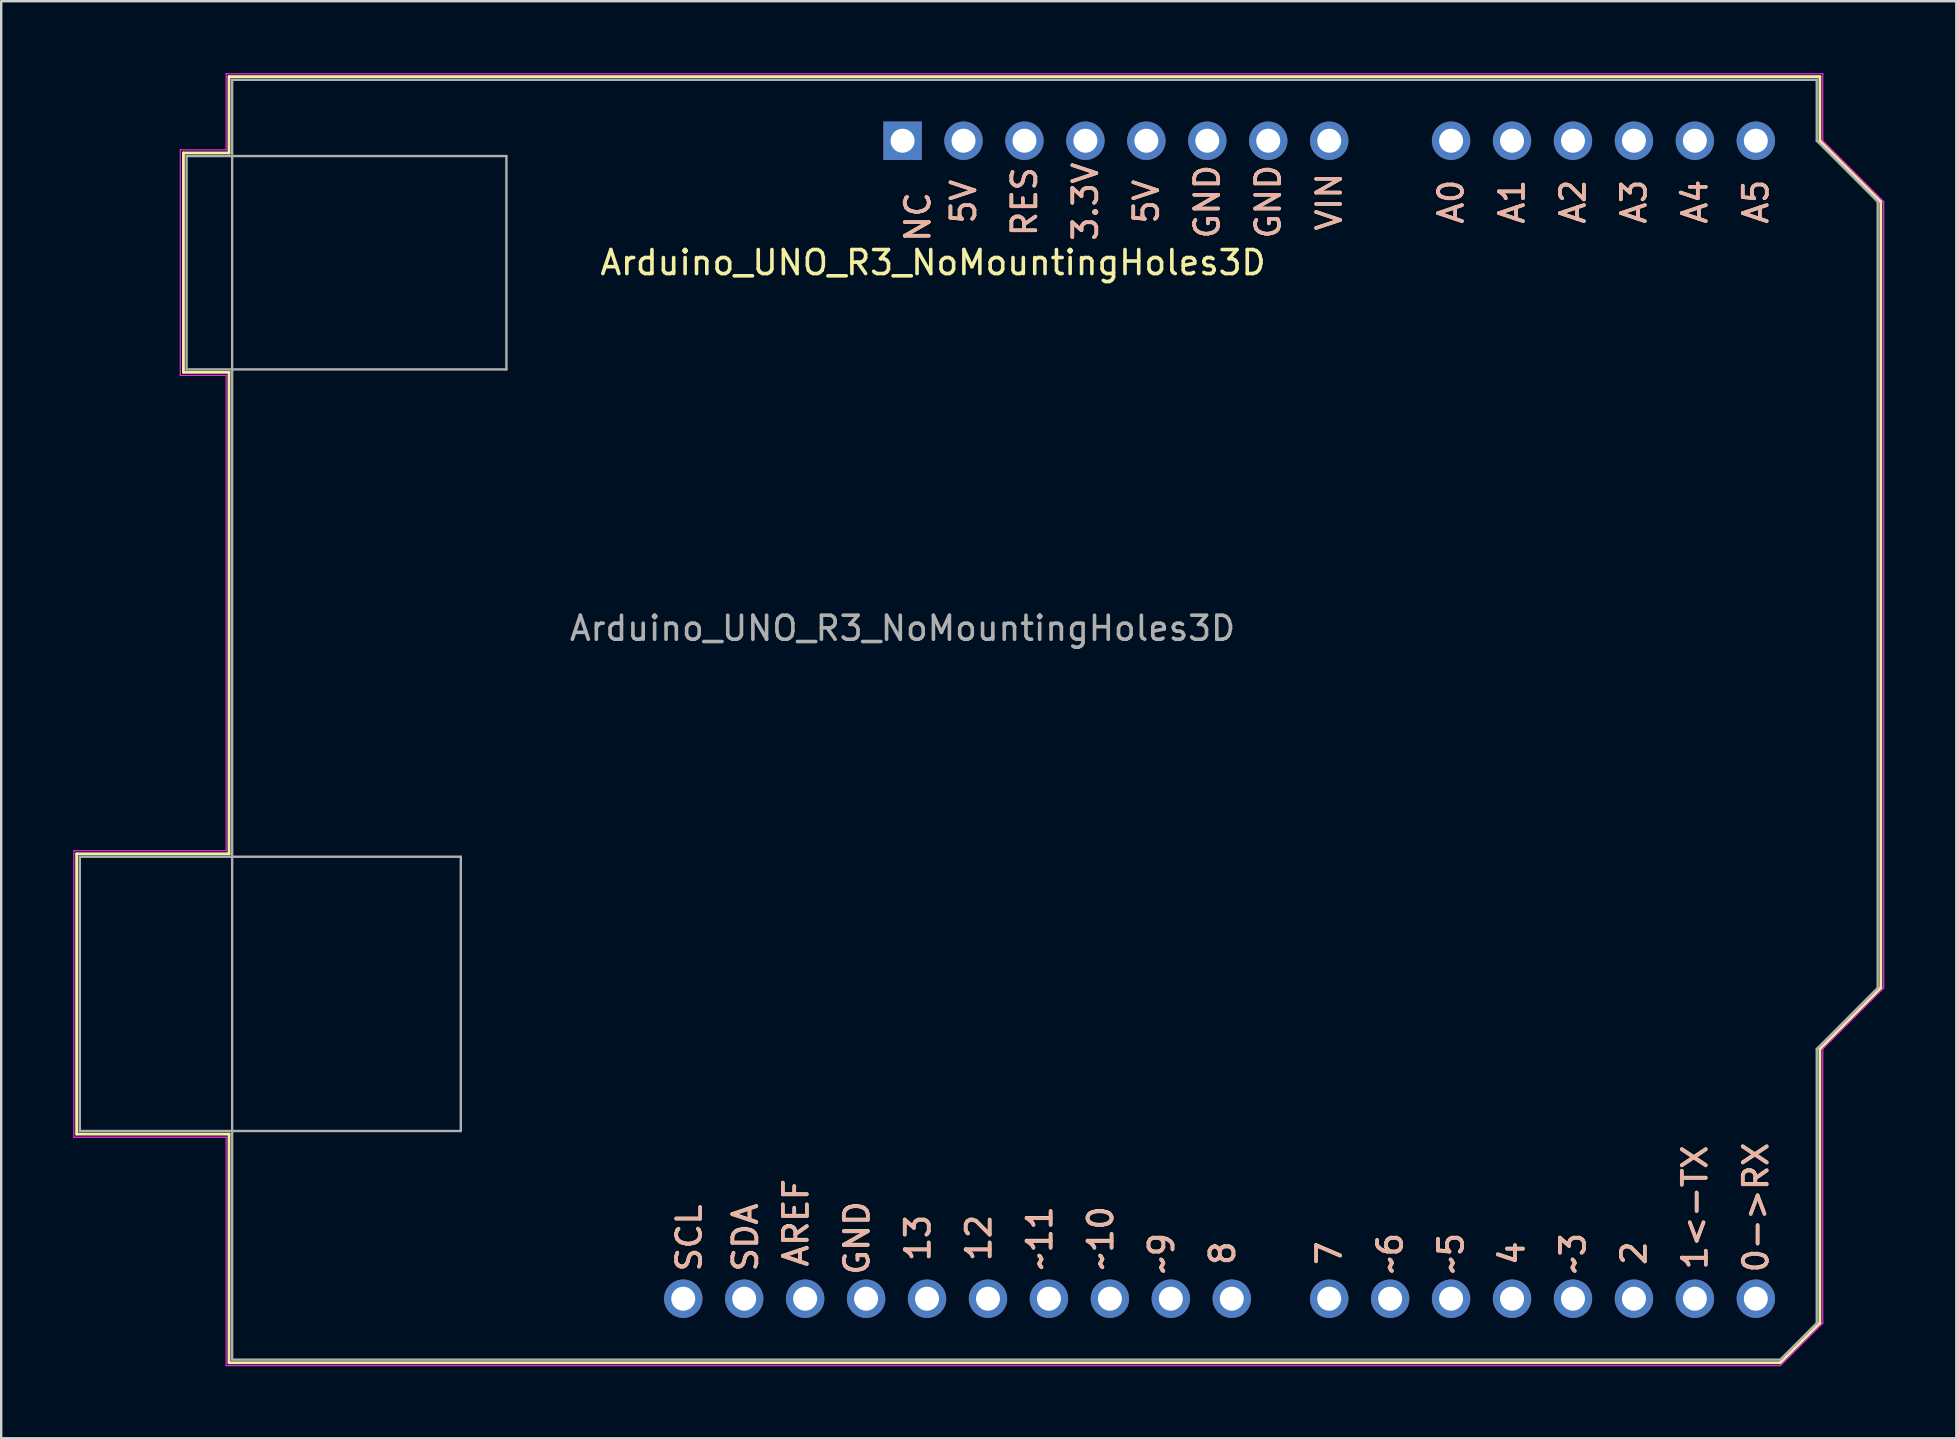
<source format=kicad_pcb>
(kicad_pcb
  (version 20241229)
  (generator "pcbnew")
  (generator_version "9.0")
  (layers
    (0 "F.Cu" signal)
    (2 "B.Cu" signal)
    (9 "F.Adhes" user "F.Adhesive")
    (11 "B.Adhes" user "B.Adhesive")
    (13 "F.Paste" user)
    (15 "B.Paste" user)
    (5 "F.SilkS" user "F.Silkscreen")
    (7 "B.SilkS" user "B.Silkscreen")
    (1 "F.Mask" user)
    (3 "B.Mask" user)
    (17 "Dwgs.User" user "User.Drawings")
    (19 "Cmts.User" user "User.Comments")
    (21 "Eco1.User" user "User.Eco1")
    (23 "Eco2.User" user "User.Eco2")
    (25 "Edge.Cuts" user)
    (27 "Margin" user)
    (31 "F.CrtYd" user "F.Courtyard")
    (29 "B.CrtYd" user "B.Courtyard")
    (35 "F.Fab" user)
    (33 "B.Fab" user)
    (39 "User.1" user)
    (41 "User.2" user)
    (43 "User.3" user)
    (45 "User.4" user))
  (footprint "Arduino_UNO_R3_NoMountingHoles3D"
    (layer "F.Cu")
    (at 34.565 2.815)
    (property "Reference" "Arduino_UNO_R3_NoMountingHoles3D" (at 1.27 5.08 180) (layer "F.SilkS") (effects (font (size 1 1) (thickness 0.15))))
    (attr through_hole)
    (fp_line (start -34.42 29.72) (end -34.42 41.4) (stroke (width 0.12) (type solid)) (layer "F.SilkS"))
    (fp_line (start -34.42 41.4) (end -28.07 41.4) (stroke (width 0.12) (type solid)) (layer "F.SilkS"))
    (fp_line (start -29.97 0.51) (end -29.97 9.65) (stroke (width 0.12) (type solid)) (layer "F.SilkS"))
    (fp_line (start -29.97 9.65) (end -28.07 9.65) (stroke (width 0.12) (type solid)) (layer "F.SilkS"))
    (fp_line (start -28.07 -2.67) (end -28.07 0.51) (stroke (width 0.12) (type solid)) (layer "F.SilkS"))
    (fp_line (start -28.07 0.51) (end -29.97 0.51) (stroke (width 0.12) (type solid)) (layer "F.SilkS"))
    (fp_line (start -28.07 9.65) (end -28.07 29.72) (stroke (width 0.12) (type solid)) (layer "F.SilkS"))
    (fp_line (start -28.07 29.72) (end -34.42 29.72) (stroke (width 0.12) (type solid)) (layer "F.SilkS"))
    (fp_line (start -28.07 41.4) (end -28.07 50.93) (stroke (width 0.12) (type solid)) (layer "F.SilkS"))
    (fp_line (start -28.07 50.93) (end 36.58 50.93) (stroke (width 0.12) (type solid)) (layer "F.SilkS"))
    (fp_line (start 36.58 50.93) (end 38.23 49.28) (stroke (width 0.12) (type solid)) (layer "F.SilkS"))
    (fp_line (start 38.23 -2.67) (end -28.07 -2.67) (stroke (width 0.12) (type solid)) (layer "F.SilkS"))
    (fp_line (start 38.23 0) (end 38.23 -2.67) (stroke (width 0.12) (type solid)) (layer "F.SilkS"))
    (fp_line (start 38.23 37.85) (end 40.77 35.31) (stroke (width 0.12) (type solid)) (layer "F.SilkS"))
    (fp_line (start 38.23 49.28) (end 38.23 37.85) (stroke (width 0.12) (type solid)) (layer "F.SilkS"))
    (fp_line (start 40.77 2.54) (end 38.23 0) (stroke (width 0.12) (type solid)) (layer "F.SilkS"))
    (fp_line (start 40.77 35.31) (end 40.77 2.54) (stroke (width 0.12) (type solid)) (layer "F.SilkS"))
    (fp_line (start -34.54 29.59) (end -28.19 29.59) (stroke (width 0.05) (type solid)) (layer "F.CrtYd"))
    (fp_line (start -34.54 41.53) (end -34.54 29.59) (stroke (width 0.05) (type solid)) (layer "F.CrtYd"))
    (fp_line (start -30.1 0.38) (end -28.19 0.38) (stroke (width 0.05) (type solid)) (layer "F.CrtYd"))
    (fp_line (start -30.1 9.78) (end -30.1 0.38) (stroke (width 0.05) (type solid)) (layer "F.CrtYd"))
    (fp_line (start -28.19 -2.79) (end 38.35 -2.79) (stroke (width 0.05) (type solid)) (layer "F.CrtYd"))
    (fp_line (start -28.19 0.38) (end -28.19 -2.79) (stroke (width 0.05) (type solid)) (layer "F.CrtYd"))
    (fp_line (start -28.19 9.78) (end -30.1 9.78) (stroke (width 0.05) (type solid)) (layer "F.CrtYd"))
    (fp_line (start -28.19 29.59) (end -28.19 9.78) (stroke (width 0.05) (type solid)) (layer "F.CrtYd"))
    (fp_line (start -28.19 41.53) (end -34.54 41.53) (stroke (width 0.05) (type solid)) (layer "F.CrtYd"))
    (fp_line (start -28.19 51.05) (end -28.19 41.53) (stroke (width 0.05) (type solid)) (layer "F.CrtYd"))
    (fp_line (start 36.58 51.05) (end -28.19 51.05) (stroke (width 0.05) (type solid)) (layer "F.CrtYd"))
    (fp_line (start 38.35 -2.79) (end 38.35 0) (stroke (width 0.05) (type solid)) (layer "F.CrtYd"))
    (fp_line (start 38.35 0) (end 40.89 2.54) (stroke (width 0.05) (type solid)) (layer "F.CrtYd"))
    (fp_line (start 38.35 37.85) (end 38.35 49.28) (stroke (width 0.05) (type solid)) (layer "F.CrtYd"))
    (fp_line (start 38.35 49.28) (end 36.58 51.05) (stroke (width 0.05) (type solid)) (layer "F.CrtYd"))
    (fp_line (start 40.89 2.54) (end 40.89 35.31) (stroke (width 0.05) (type solid)) (layer "F.CrtYd"))
    (fp_line (start 40.89 35.31) (end 38.35 37.85) (stroke (width 0.05) (type solid)) (layer "F.CrtYd"))
    (fp_line (start -34.29 29.84) (end -18.41 29.84) (stroke (width 0.1) (type solid)) (layer "F.Fab"))
    (fp_line (start -34.29 41.27) (end -34.29 29.84) (stroke (width 0.1) (type solid)) (layer "F.Fab"))
    (fp_line (start -29.84 0.64) (end -16.51 0.64) (stroke (width 0.1) (type solid)) (layer "F.Fab"))
    (fp_line (start -29.84 9.53) (end -29.84 0.64) (stroke (width 0.1) (type solid)) (layer "F.Fab"))
    (fp_line (start -27.94 -2.54) (end 38.1 -2.54) (stroke (width 0.1) (type solid)) (layer "F.Fab"))
    (fp_line (start -27.94 50.8) (end -27.94 -2.54) (stroke (width 0.1) (type solid)) (layer "F.Fab"))
    (fp_line (start -18.41 29.84) (end -18.41 41.27) (stroke (width 0.1) (type solid)) (layer "F.Fab"))
    (fp_line (start -18.41 41.27) (end -34.29 41.27) (stroke (width 0.1) (type solid)) (layer "F.Fab"))
    (fp_line (start -16.51 0.64) (end -16.51 9.53) (stroke (width 0.1) (type solid)) (layer "F.Fab"))
    (fp_line (start -16.51 9.53) (end -29.84 9.53) (stroke (width 0.1) (type solid)) (layer "F.Fab"))
    (fp_line (start 36.58 50.8) (end -27.94 50.8) (stroke (width 0.1) (type solid)) (layer "F.Fab"))
    (fp_line (start 38.1 -2.54) (end 38.1 0) (stroke (width 0.1) (type solid)) (layer "F.Fab"))
    (fp_line (start 38.1 0) (end 40.64 2.54) (stroke (width 0.1) (type solid)) (layer "F.Fab"))
    (fp_line (start 38.1 37.85) (end 38.1 49.28) (stroke (width 0.1) (type solid)) (layer "F.Fab"))
    (fp_line (start 38.1 49.28) (end 36.58 50.8) (stroke (width 0.1) (type solid)) (layer "F.Fab"))
    (fp_line (start 40.64 2.54) (end 40.64 35.31) (stroke (width 0.1) (type solid)) (layer "F.Fab"))
    (fp_line (start 40.64 35.31) (end 38.1 37.85) (stroke (width 0.1) (type solid)) (layer "F.Fab"))
    (fp_text user "~5" (at 22.86 46.355 90) (unlocked yes) (layer "F.SilkS") (effects (font (size 1 1) (thickness 0.15))))
    (fp_text user "SCL" (at -8.89 45.72 90) (unlocked yes) (layer "F.SilkS") (effects (font (size 1 1) (thickness 0.15))))
    (fp_text user "~9" (at 10.795 46.355 90) (unlocked yes) (layer "F.SilkS") (effects (font (size 1 1) (thickness 0.15))))
    (fp_text user "8" (at 13.335 46.355 90) (unlocked yes) (layer "F.SilkS") (effects (font (size 1 1) (thickness 0.15))))
    (fp_text user "A4" (at 33.02 2.54 90) (unlocked yes) (layer "F.SilkS") (effects (font (size 1 1) (thickness 0.15))))
    (fp_text user "~3" (at 27.94 46.355 90) (unlocked yes) (layer "F.SilkS") (effects (font (size 1 1) (thickness 0.15))))
    (fp_text user "0->RX" (at 35.56 44.45 90) (unlocked yes) (layer "F.SilkS") (effects (font (size 1 1) (thickness 0.15))))
    (fp_text user "AREF" (at -4.445 45.085 90) (unlocked yes) (layer "F.SilkS") (effects (font (size 1 1) (thickness 0.15))))
    (fp_text user "A3" (at 30.48 2.54 90) (unlocked yes) (layer "F.SilkS") (effects (font (size 1 1) (thickness 0.15))))
    (fp_text user "VIN" (at 17.78 2.54 90) (unlocked yes) (layer "F.SilkS") (effects (font (size 1 1) (thickness 0.15))))
    (fp_text user "2" (at 30.48 46.355 90) (unlocked yes) (layer "F.SilkS") (effects (font (size 1 1) (thickness 0.15))))
    (fp_text user "RES" (at 5.08 2.54 90) (unlocked yes) (layer "F.SilkS") (effects (font (size 1 1) (thickness 0.15))))
    (fp_text user "GND" (at 12.7 2.54 90) (unlocked yes) (layer "F.SilkS") (effects (font (size 1 1) (thickness 0.15))))
    (fp_text user "5V" (at 2.54 2.54 90) (unlocked yes) (layer "F.SilkS") (effects (font (size 1 1) (thickness 0.15))))
    (fp_text user "A2" (at 27.94 2.54 90) (unlocked yes) (layer "F.SilkS") (effects (font (size 1 1) (thickness 0.15))))
    (fp_text user "GND" (at -1.905 45.72 90) (unlocked yes) (layer "F.SilkS") (effects (font (size 1 1) (thickness 0.15))))
    (fp_text user "~11" (at 5.715 45.72 90) (unlocked yes) (layer "F.SilkS") (effects (font (size 1 1) (thickness 0.15))))
    (fp_text user "A0" (at 22.86 2.54 90) (unlocked yes) (layer "F.SilkS") (effects (font (size 1 1) (thickness 0.15))))
    (fp_text user "1<-TX" (at 33.02 44.45 90) (unlocked yes) (layer "F.SilkS") (effects (font (size 1 1) (thickness 0.15))))
    (fp_text user "13" (at 0.635 45.72 90) (unlocked yes) (layer "F.SilkS") (effects (font (size 1 1) (thickness 0.15))))
    (fp_text user "~6" (at 20.32 46.355 90) (unlocked yes) (layer "F.SilkS") (effects (font (size 1 1) (thickness 0.15))))
    (fp_text user "A5" (at 35.56 2.54 90) (unlocked yes) (layer "F.SilkS") (effects (font (size 1 1) (thickness 0.15))))
    (fp_text user "NC" (at 0.635 3.175 90) (unlocked yes) (layer "F.SilkS") (effects (font (size 1 1) (thickness 0.15))))
    (fp_text user "~10" (at 8.255 45.72 90) (unlocked yes) (layer "F.SilkS") (effects (font (size 1 1) (thickness 0.15))))
    (fp_text user "7" (at 17.78 46.355 90) (unlocked yes) (layer "F.SilkS") (effects (font (size 1 1) (thickness 0.15))))
    (fp_text user "5V" (at 10.16 2.54 90) (unlocked yes) (layer "F.SilkS") (effects (font (size 1 1) (thickness 0.15))))
    (fp_text user "4" (at 25.4 46.355 90) (unlocked yes) (layer "F.SilkS") (effects (font (size 1 1) (thickness 0.15))))
    (fp_text user "GND" (at 15.24 2.54 90) (unlocked yes) (layer "F.SilkS") (effects (font (size 1 1) (thickness 0.15))))
    (fp_text user "3.3V" (at 7.62 2.54 90) (unlocked yes) (layer "F.SilkS") (effects (font (size 1 1) (thickness 0.15))))
    (fp_text user "SDA" (at -6.548 45.7 90) (unlocked yes) (layer "F.SilkS") (effects (font (size 1 1) (thickness 0.15))))
    (fp_text user "12" (at 3.175 45.72 90) (unlocked yes) (layer "F.SilkS") (effects (font (size 1 1) (thickness 0.15))))
    (fp_text user "A1" (at 25.4 2.54 90) (unlocked yes) (layer "F.SilkS") (effects (font (size 1 1) (thickness 0.15))))
    (fp_text user "13" (at 0.635 45.74 90) (unlocked yes) (layer "B.SilkS") (effects (font (size 1 1) (thickness 0.15))))
    (fp_text user "GND" (at 12.7 2.54 90) (unlocked yes) (layer "B.SilkS") (effects (font (size 1 1) (thickness 0.15))))
    (fp_text user "NC" (at 0.635 3.175 90) (unlocked yes) (layer "B.SilkS") (effects (font (size 1 1) (thickness 0.15))))
    (fp_text user "GND" (at -1.905 45.74 90) (unlocked yes) (layer "B.SilkS") (effects (font (size 1 1) (thickness 0.15))))
    (fp_text user "SCL" (at -8.89 45.74 90) (unlocked yes) (layer "B.SilkS") (effects (font (size 1 1) (thickness 0.15))))
    (fp_text user "~10" (at 8.255 45.74 90) (unlocked yes) (layer "B.SilkS") (effects (font (size 1 1) (thickness 0.15))))
    (fp_text user "~9" (at 10.795 46.375 90) (unlocked yes) (layer "B.SilkS") (effects (font (size 1 1) (thickness 0.15))))
    (fp_text user "~5" (at 22.86 46.375 90) (unlocked yes) (layer "B.SilkS") (effects (font (size 1 1) (thickness 0.15))))
    (fp_text user "A1" (at 25.4 2.54 90) (unlocked yes) (layer "B.SilkS") (effects (font (size 1 1) (thickness 0.15))))
    (fp_text user "A2" (at 27.94 2.54 90) (unlocked yes) (layer "B.SilkS") (effects (font (size 1 1) (thickness 0.15))))
    (fp_text user "A4" (at 33.02 2.54 90) (unlocked yes) (layer "B.SilkS") (effects (font (size 1 1) (thickness 0.15))))
    (fp_text user "5V" (at 10.16 2.54 90) (unlocked yes) (layer "B.SilkS") (effects (font (size 1 1) (thickness 0.15))))
    (fp_text user "12" (at 3.175 45.74 90) (unlocked yes) (layer "B.SilkS") (effects (font (size 1 1) (thickness 0.15))))
    (fp_text user "A0" (at 22.86 2.54 90) (unlocked yes) (layer "B.SilkS") (effects (font (size 1 1) (thickness 0.15))))
    (fp_text user "0->RX" (at 35.56 44.47 90) (unlocked yes) (layer "B.SilkS") (effects (font (size 1 1) (thickness 0.15))))
    (fp_text user "3.3V" (at 7.62 2.54 90) (unlocked yes) (layer "B.SilkS") (effects (font (size 1 1) (thickness 0.15))))
    (fp_text user "1<-TX" (at 33.02 44.47 90) (unlocked yes) (layer "B.SilkS") (effects (font (size 1 1) (thickness 0.15))))
    (fp_text user "~3" (at 27.94 46.375 90) (unlocked yes) (layer "B.SilkS") (effects (font (size 1 1) (thickness 0.15))))
    (fp_text user "4" (at 25.4 46.375 90) (unlocked yes) (layer "B.SilkS") (effects (font (size 1 1) (thickness 0.15))))
    (fp_text user "7" (at 17.78 46.375 90) (unlocked yes) (layer "B.SilkS") (effects (font (size 1 1) (thickness 0.15))))
    (fp_text user "VIN" (at 17.78 2.54 90) (unlocked yes) (layer "B.SilkS") (effects (font (size 1 1) (thickness 0.15))))
    (fp_text user "GND" (at 15.24 2.54 90) (unlocked yes) (layer "B.SilkS") (effects (font (size 1 1) (thickness 0.15))))
    (fp_text user "A3" (at 30.48 2.54 90) (unlocked yes) (layer "B.SilkS") (effects (font (size 1 1) (thickness 0.15))))
    (fp_text user "AREF" (at -4.445 45.105 90) (unlocked yes) (layer "B.SilkS") (effects (font (size 1 1) (thickness 0.15))))
    (fp_text user "~6" (at 20.32 46.375 90) (unlocked yes) (layer "B.SilkS") (effects (font (size 1 1) (thickness 0.15))))
    (fp_text user "2" (at 30.48 46.375 90) (unlocked yes) (layer "B.SilkS") (effects (font (size 1 1) (thickness 0.15))))
    (fp_text user "RES" (at 5.08 2.54 90) (unlocked yes) (layer "B.SilkS") (effects (font (size 1 1) (thickness 0.15))))
    (fp_text user "~11" (at 5.715 45.74 90) (unlocked yes) (layer "B.SilkS") (effects (font (size 1 1) (thickness 0.15))))
    (fp_text user "8" (at 13.335 46.375 90) (unlocked yes) (layer "B.SilkS") (effects (font (size 1 1) (thickness 0.15))))
    (fp_text user "5V" (at 2.54 2.54 90) (unlocked yes) (layer "B.SilkS") (effects (font (size 1 1) (thickness 0.15))))
    (fp_text user "SDA" (at -6.548 45.72 90) (unlocked yes) (layer "B.SilkS") (effects (font (size 1 1) (thickness 0.15))))
    (fp_text user "A5" (at 35.56 2.54 90) (unlocked yes) (layer "B.SilkS") (effects (font (size 1 1) (thickness 0.15))))
    (fp_text user "${REFERENCE}" (at 0 20.32 180) (layer "F.Fab") (effects (font (size 1 1) (thickness 0.15))))
    (pad "1" thru_hole rect (at 0 0 90) (size 1.6 1.6) (drill 1) (layers "*.Cu" "*.Mask"))
    (pad "2" thru_hole oval (at 2.54 0 90) (size 1.6 1.6) (drill 1) (layers "*.Cu" "*.Mask"))
    (pad "3" thru_hole oval (at 5.08 0 90) (size 1.6 1.6) (drill 1) (layers "*.Cu" "*.Mask"))
    (pad "4" thru_hole oval (at 7.62 0 90) (size 1.6 1.6) (drill 1) (layers "*.Cu" "*.Mask"))
    (pad "5" thru_hole oval (at 10.16 0 90) (size 1.6 1.6) (drill 1) (layers "*.Cu" "*.Mask"))
    (pad "6" thru_hole oval (at 12.7 0 90) (size 1.6 1.6) (drill 1) (layers "*.Cu" "*.Mask"))
    (pad "7" thru_hole oval (at 15.24 0 90) (size 1.6 1.6) (drill 1) (layers "*.Cu" "*.Mask"))
    (pad "8" thru_hole oval (at 17.78 0 90) (size 1.6 1.6) (drill 1) (layers "*.Cu" "*.Mask"))
    (pad "9" thru_hole oval (at 22.86 0 90) (size 1.6 1.6) (drill 1) (layers "*.Cu" "*.Mask"))
    (pad "10" thru_hole oval (at 25.4 0 90) (size 1.6 1.6) (drill 1) (layers "*.Cu" "*.Mask"))
    (pad "11" thru_hole oval (at 27.94 0 90) (size 1.6 1.6) (drill 1) (layers "*.Cu" "*.Mask"))
    (pad "12" thru_hole oval (at 30.48 0 90) (size 1.6 1.6) (drill 1) (layers "*.Cu" "*.Mask"))
    (pad "13" thru_hole oval (at 33.02 0 90) (size 1.6 1.6) (drill 1) (layers "*.Cu" "*.Mask"))
    (pad "14" thru_hole oval (at 35.56 0 90) (size 1.6 1.6) (drill 1) (layers "*.Cu" "*.Mask"))
    (pad "15" thru_hole oval (at 35.56 48.26 90) (size 1.6 1.6) (drill 1) (layers "*.Cu" "*.Mask"))
    (pad "16" thru_hole oval (at 33.02 48.26 90) (size 1.6 1.6) (drill 1) (layers "*.Cu" "*.Mask"))
    (pad "17" thru_hole oval (at 30.48 48.26 90) (size 1.6 1.6) (drill 1) (layers "*.Cu" "*.Mask"))
    (pad "18" thru_hole oval (at 27.94 48.26 90) (size 1.6 1.6) (drill 1) (layers "*.Cu" "*.Mask"))
    (pad "19" thru_hole oval (at 25.4 48.26 90) (size 1.6 1.6) (drill 1) (layers "*.Cu" "*.Mask"))
    (pad "20" thru_hole oval (at 22.86 48.26 90) (size 1.6 1.6) (drill 1) (layers "*.Cu" "*.Mask"))
    (pad "21" thru_hole oval (at 20.32 48.26 90) (size 1.6 1.6) (drill 1) (layers "*.Cu" "*.Mask"))
    (pad "22" thru_hole oval (at 17.78 48.26 90) (size 1.6 1.6) (drill 1) (layers "*.Cu" "*.Mask"))
    (pad "23" thru_hole oval (at 13.72 48.26 90) (size 1.6 1.6) (drill 1) (layers "*.Cu" "*.Mask"))
    (pad "24" thru_hole oval (at 11.18 48.26 90) (size 1.6 1.6) (drill 1) (layers "*.Cu" "*.Mask"))
    (pad "25" thru_hole oval (at 8.64 48.26 90) (size 1.6 1.6) (drill 1) (layers "*.Cu" "*.Mask"))
    (pad "26" thru_hole oval (at 6.1 48.26 90) (size 1.6 1.6) (drill 1) (layers "*.Cu" "*.Mask"))
    (pad "27" thru_hole oval (at 3.56 48.26 90) (size 1.6 1.6) (drill 1) (layers "*.Cu" "*.Mask"))
    (pad "28" thru_hole oval (at 1.02 48.26 90) (size 1.6 1.6) (drill 1) (layers "*.Cu" "*.Mask"))
    (pad "29" thru_hole oval (at -1.52 48.26 90) (size 1.6 1.6) (drill 1) (layers "*.Cu" "*.Mask"))
    (pad "30" thru_hole oval (at -4.06 48.26 90) (size 1.6 1.6) (drill 1) (layers "*.Cu" "*.Mask"))
    (pad "31" thru_hole oval (at -6.6 48.26 90) (size 1.6 1.6) (drill 1) (layers "*.Cu" "*.Mask"))
    (pad "32" thru_hole oval (at -9.14 48.26 90) (size 1.6 1.6) (drill 1) (layers "*.Cu" "*.Mask")))
  (gr_rect
    (start -3 -3)
    (end 78.48 56.89)
    (stroke (width 0.1) (type default))
    (fill no)
    (layer "Edge.Cuts")))
</source>
